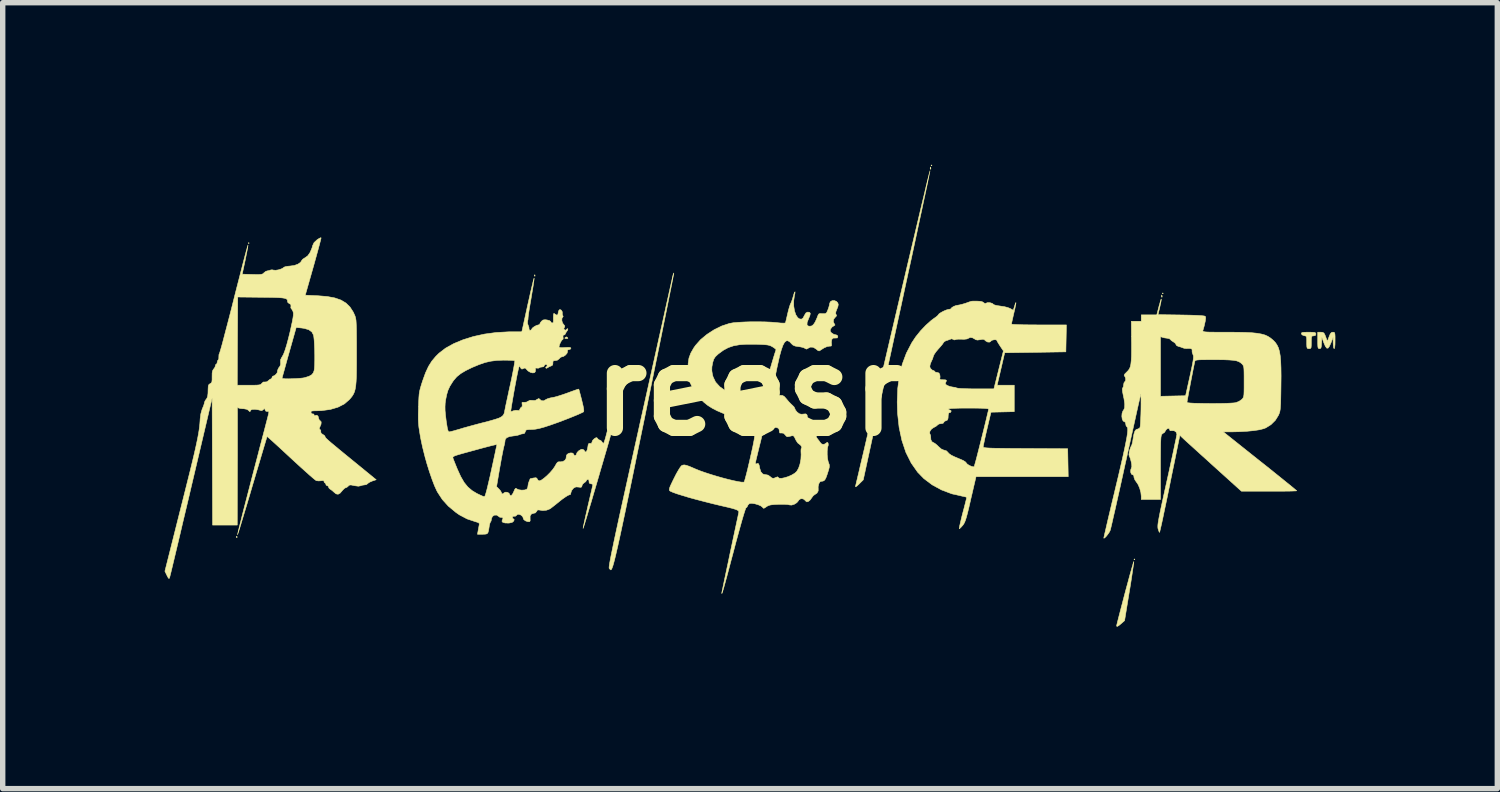
<source format=kicad_pcb>
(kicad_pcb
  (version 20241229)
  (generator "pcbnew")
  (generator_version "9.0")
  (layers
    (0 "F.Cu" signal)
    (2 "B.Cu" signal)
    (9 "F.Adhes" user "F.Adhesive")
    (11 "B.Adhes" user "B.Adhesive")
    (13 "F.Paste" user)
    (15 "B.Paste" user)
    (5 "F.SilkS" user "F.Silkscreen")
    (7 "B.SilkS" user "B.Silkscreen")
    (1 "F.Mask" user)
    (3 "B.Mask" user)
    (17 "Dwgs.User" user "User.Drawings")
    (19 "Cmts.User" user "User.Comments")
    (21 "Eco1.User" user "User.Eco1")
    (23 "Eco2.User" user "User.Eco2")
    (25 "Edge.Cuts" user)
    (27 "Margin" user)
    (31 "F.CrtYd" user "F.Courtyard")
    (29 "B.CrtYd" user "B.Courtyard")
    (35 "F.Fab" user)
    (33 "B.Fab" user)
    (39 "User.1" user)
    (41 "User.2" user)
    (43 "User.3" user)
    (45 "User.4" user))
  (footprint "reesr"
    (layer "F.Cu")
    (at 10.845 4.188)
    (property "Reference" "reesr" (at 0 0 0) (layer "F.SilkS") (effects (font (size 1.524 1.524) (thickness 0.3))))
    (attr through_hole)
    (fp_poly (pts (xy -9.279 -2.735) (xy -9.288 -2.726) (xy -9.296 -2.735) (xy -9.288 -2.743) (xy -9.279 -2.735)) (stroke (width 0.01) (type solid)) (fill yes) (layer "F.SilkS"))
    (fp_poly (pts (xy 3.37 -4.174) (xy 3.361 -4.166) (xy 3.353 -4.174) (xy 3.361 -4.183) (xy 3.37 -4.174)) (stroke (width 0.01) (type solid)) (fill yes) (layer "F.SilkS"))
    (fp_poly (pts (xy 7.129 3.124) (xy 7.12 3.133) (xy 7.112 3.124) (xy 7.12 3.116) (xy 7.129 3.124)) (stroke (width 0.01) (type solid)) (fill yes) (layer "F.SilkS"))
    (fp_poly (pts (xy 7.654 -1.803) (xy 7.645 -1.795) (xy 7.637 -1.803) (xy 7.645 -1.812) (xy 7.654 -1.803)) (stroke (width 0.01) (type solid)) (fill yes) (layer "F.SilkS"))
    (fp_poly (pts (xy -9.505 2.698) (xy -9.503 2.718) (xy -9.505 2.721) (xy -9.515 2.718) (xy -9.517 2.709) (xy -9.51 2.695) (xy -9.505 2.698)) (stroke (width 0.01) (type solid)) (fill yes) (layer "F.SilkS"))
    (fp_poly (pts (xy -3.985 -2.145) (xy -3.983 -2.125) (xy -3.985 -2.122) (xy -3.995 -2.125) (xy -3.996 -2.134) (xy -3.99 -2.148) (xy -3.985 -2.145)) (stroke (width 0.01) (type solid)) (fill yes) (layer "F.SilkS"))
    (fp_poly (pts (xy 3.347 -4.135) (xy 3.349 -4.108) (xy 3.346 -4.102) (xy 3.338 -4.108) (xy 3.337 -4.125) (xy 3.341 -4.143) (xy 3.347 -4.135)) (stroke (width 0.01) (type solid)) (fill yes) (layer "F.SilkS"))
    (fp_poly (pts (xy 7.632 -1.764) (xy 7.634 -1.738) (xy 7.63 -1.732) (xy 7.623 -1.737) (xy 7.621 -1.754) (xy 7.625 -1.772) (xy 7.632 -1.764)) (stroke (width 0.01) (type solid)) (fill yes) (layer "F.SilkS"))
    (fp_poly (pts (xy -3.383 -0.986) (xy -3.375 -0.97) (xy -3.395 -0.965) (xy -3.404 -0.965) (xy -3.431 -0.969) (xy -3.428 -0.981) (xy -3.424 -0.986) (xy -3.401 -0.997) (xy -3.383 -0.986)) (stroke (width 0.01) (type solid)) (fill yes) (layer "F.SilkS"))
    (fp_poly (pts (xy 7.107 3.185) (xy 7.101 3.235) (xy 7.09 3.31) (xy 7.076 3.405) (xy 7.059 3.518) (xy 7.039 3.644) (xy 7.026 3.72) (xy 6.938 4.259) (xy 6.877 4.313) (xy 6.828 4.353) (xy 6.799 4.368) (xy 6.79 4.358) (xy 6.79 4.358) (xy 6.794 4.336) (xy 6.806 4.287) (xy 6.824 4.216) (xy 6.847 4.126) (xy 6.874 4.022) (xy 6.904 3.908) (xy 6.935 3.789) (xy 6.967 3.669) (xy 6.999 3.552) (xy 7.028 3.443) (xy 7.055 3.346) (xy 7.078 3.266) (xy 7.095 3.206) (xy 7.105 3.171) (xy 7.109 3.165) (xy 7.107 3.185)) (stroke (width 0.01) (type solid)) (fill yes) (layer "F.SilkS"))
    (fp_poly (pts (xy 10.413 -1.083) (xy 10.454 -1.08) (xy 10.474 -1.072) (xy 10.481 -1.059) (xy 10.482 -1.05) (xy 10.472 -1.023) (xy 10.439 -1.016) (xy 10.417 -1.014) (xy 10.405 -1.004) (xy 10.399 -0.978) (xy 10.397 -0.929) (xy 10.397 -0.897) (xy 10.396 -0.836) (xy 10.393 -0.8) (xy 10.384 -0.784) (xy 10.366 -0.779) (xy 10.355 -0.779) (xy 10.333 -0.781) (xy 10.32 -0.791) (xy 10.314 -0.817) (xy 10.312 -0.867) (xy 10.312 -0.896) (xy 10.312 -0.958) (xy 10.308 -0.994) (xy 10.298 -1.011) (xy 10.279 -1.017) (xy 10.266 -1.019) (xy 10.227 -1.034) (xy 10.214 -1.054) (xy 10.215 -1.069) (xy 10.228 -1.078) (xy 10.261 -1.082) (xy 10.319 -1.084) (xy 10.345 -1.084) (xy 10.413 -1.083)) (stroke (width 0.01) (type solid)) (fill yes) (layer "F.SilkS"))
    (fp_poly (pts (xy 10.608 -1.081) (xy 10.631 -1.068) (xy 10.649 -1.036) (xy 10.663 -0.999) (xy 10.695 -0.914) (xy 10.726 -0.999) (xy 10.747 -1.05) (xy 10.767 -1.076) (xy 10.792 -1.084) (xy 10.797 -1.084) (xy 10.816 -1.082) (xy 10.828 -1.074) (xy 10.834 -1.051) (xy 10.837 -1.009) (xy 10.837 -0.94) (xy 10.837 -0.931) (xy 10.836 -0.858) (xy 10.831 -0.806) (xy 10.823 -0.781) (xy 10.82 -0.779) (xy 10.811 -0.794) (xy 10.805 -0.835) (xy 10.802 -0.885) (xy 10.801 -0.991) (xy 10.762 -0.889) (xy 10.732 -0.822) (xy 10.707 -0.789) (xy 10.683 -0.789) (xy 10.658 -0.822) (xy 10.631 -0.884) (xy 10.592 -0.991) (xy 10.587 -0.885) (xy 10.583 -0.826) (xy 10.576 -0.794) (xy 10.563 -0.781) (xy 10.549 -0.779) (xy 10.533 -0.782) (xy 10.523 -0.794) (xy 10.518 -0.823) (xy 10.516 -0.874) (xy 10.516 -0.931) (xy 10.516 -1.084) (xy 10.574 -1.084) (xy 10.608 -1.081)) (stroke (width 0.01) (type solid)) (fill yes) (layer "F.SilkS"))
    (fp_poly (pts (xy 3.33 -4.056) (xy 3.32 -4.008) (xy 3.304 -3.93) (xy 3.282 -3.823) (xy 3.254 -3.691) (xy 3.22 -3.534) (xy 3.182 -3.354) (xy 3.138 -3.153) (xy 3.091 -2.932) (xy 3.04 -2.693) (xy 2.985 -2.438) (xy 2.926 -2.169) (xy 2.865 -1.887) (xy 2.802 -1.593) (xy 2.736 -1.291) (xy 2.718 -1.208) (xy 2.097 1.651) (xy 2.021 1.727) (xy 1.978 1.767) (xy 1.956 1.78) (xy 1.953 1.77) (xy 1.958 1.75) (xy 1.97 1.699) (xy 1.989 1.618) (xy 2.015 1.509) (xy 2.046 1.374) (xy 2.084 1.215) (xy 2.127 1.033) (xy 2.174 0.829) (xy 2.227 0.607) (xy 2.283 0.366) (xy 2.343 0.109) (xy 2.407 -0.162) (xy 2.474 -0.446) (xy 2.543 -0.741) (xy 2.614 -1.045) (xy 2.644 -1.172) (xy 2.716 -1.479) (xy 2.786 -1.777) (xy 2.854 -2.064) (xy 2.918 -2.338) (xy 2.98 -2.599) (xy 3.038 -2.844) (xy 3.092 -3.072) (xy 3.141 -3.28) (xy 3.186 -3.469) (xy 3.226 -3.634) (xy 3.259 -3.776) (xy 3.287 -3.892) (xy 3.309 -3.981) (xy 3.324 -4.041) (xy 3.332 -4.07) (xy 3.333 -4.073) (xy 3.33 -4.056)) (stroke (width 0.01) (type solid)) (fill yes) (layer "F.SilkS"))
    (fp_poly (pts (xy -1.415 -2.163) (xy -1.424 -2.115) (xy -1.439 -2.037) (xy -1.46 -1.931) (xy -1.487 -1.798) (xy -1.518 -1.642) (xy -1.554 -1.463) (xy -1.595 -1.262) (xy -1.639 -1.043) (xy -1.687 -0.807) (xy -1.739 -0.554) (xy -1.793 -0.288) (xy -1.85 -0.01) (xy -1.909 0.279) (xy -1.954 0.502) (xy -2.029 0.865) (xy -2.097 1.195) (xy -2.158 1.495) (xy -2.214 1.766) (xy -2.265 2.009) (xy -2.31 2.226) (xy -2.351 2.419) (xy -2.387 2.588) (xy -2.419 2.736) (xy -2.447 2.863) (xy -2.472 2.971) (xy -2.493 3.061) (xy -2.511 3.135) (xy -2.527 3.194) (xy -2.54 3.24) (xy -2.552 3.274) (xy -2.561 3.297) (xy -2.57 3.312) (xy -2.577 3.318) (xy -2.581 3.319) (xy -2.595 3.308) (xy -2.609 3.292) (xy -2.611 3.285) (xy -2.611 3.268) (xy -2.608 3.242) (xy -2.603 3.205) (xy -2.594 3.155) (xy -2.582 3.09) (xy -2.566 3.01) (xy -2.546 2.913) (xy -2.522 2.797) (xy -2.493 2.661) (xy -2.459 2.504) (xy -2.42 2.324) (xy -2.375 2.12) (xy -2.324 1.89) (xy -2.267 1.633) (xy -2.204 1.348) (xy -2.134 1.032) (xy -2.057 0.686) (xy -2.043 0.621) (xy -1.977 0.326) (xy -1.913 0.04) (xy -1.852 -0.236) (xy -1.793 -0.5) (xy -1.737 -0.751) (xy -1.685 -0.986) (xy -1.636 -1.204) (xy -1.592 -1.403) (xy -1.553 -1.581) (xy -1.518 -1.736) (xy -1.489 -1.867) (xy -1.466 -1.971) (xy -1.449 -2.047) (xy -1.439 -2.092) (xy -1.437 -2.105) (xy -1.425 -2.151) (xy -1.416 -2.177) (xy -1.413 -2.18) (xy -1.415 -2.163)) (stroke (width 0.01) (type solid)) (fill yes) (layer "F.SilkS"))
    (fp_poly (pts (xy 4.211 -1.659) (xy 4.264 -1.656) (xy 4.298 -1.649) (xy 4.319 -1.638) (xy 4.327 -1.631) (xy 4.354 -1.614) (xy 4.372 -1.622) (xy 4.402 -1.632) (xy 4.446 -1.63) (xy 4.487 -1.617) (xy 4.508 -1.6) (xy 4.53 -1.588) (xy 4.576 -1.577) (xy 4.637 -1.568) (xy 4.641 -1.567) (xy 4.711 -1.557) (xy 4.776 -1.54) (xy 4.819 -1.523) (xy 4.876 -1.491) (xy 4.901 -1.571) (xy 4.916 -1.618) (xy 4.924 -1.634) (xy 4.925 -1.621) (xy 4.918 -1.581) (xy 4.905 -1.516) (xy 4.885 -1.429) (xy 4.868 -1.355) (xy 4.854 -1.293) (xy 4.845 -1.25) (xy 4.843 -1.235) (xy 4.859 -1.23) (xy 4.906 -1.227) (xy 4.98 -1.224) (xy 5.077 -1.221) (xy 5.195 -1.22) (xy 5.329 -1.219) (xy 5.351 -1.219) (xy 5.86 -1.219) (xy 5.855 -0.969) (xy 5.85 -0.72) (xy 5.284 -0.711) (xy 4.717 -0.703) (xy 4.647 -0.402) (xy 4.577 -0.102) (xy 4.736 -0.102) (xy 4.894 -0.102) (xy 4.894 0.388) (xy 4.678 0.393) (xy 4.463 0.398) (xy 4.391 0.703) (xy 4.368 0.801) (xy 4.348 0.89) (xy 4.333 0.963) (xy 4.322 1.014) (xy 4.319 1.037) (xy 4.32 1.044) (xy 4.327 1.05) (xy 4.343 1.054) (xy 4.369 1.058) (xy 4.41 1.061) (xy 4.467 1.064) (xy 4.544 1.066) (xy 4.644 1.067) (xy 4.769 1.069) (xy 4.922 1.07) (xy 5.101 1.071) (xy 5.884 1.075) (xy 5.889 1.333) (xy 5.894 1.592) (xy 4.186 1.592) (xy 4.177 1.63) (xy 4.171 1.657) (xy 4.158 1.712) (xy 4.14 1.789) (xy 4.118 1.884) (xy 4.093 1.99) (xy 4.08 2.048) (xy 4.051 2.174) (xy 4.027 2.271) (xy 4.007 2.345) (xy 3.99 2.399) (xy 3.974 2.439) (xy 3.958 2.469) (xy 3.941 2.493) (xy 3.908 2.53) (xy 3.884 2.553) (xy 3.876 2.557) (xy 3.876 2.541) (xy 3.884 2.499) (xy 3.899 2.434) (xy 3.918 2.352) (xy 3.938 2.273) (xy 3.963 2.18) (xy 3.984 2.098) (xy 4 2.034) (xy 4.01 1.992) (xy 4.013 1.978) (xy 3.998 1.969) (xy 3.96 1.959) (xy 3.941 1.956) (xy 3.738 1.91) (xy 3.547 1.838) (xy 3.373 1.743) (xy 3.22 1.628) (xy 3.105 1.51) (xy 2.985 1.339) (xy 2.887 1.143) (xy 2.813 0.922) (xy 2.784 0.786) (xy 3.325 0.786) (xy 3.334 0.805) (xy 3.343 0.828) (xy 3.345 0.843) (xy 3.348 0.885) (xy 3.35 0.909) (xy 3.368 0.944) (xy 3.391 0.958) (xy 3.424 0.976) (xy 3.467 1.011) (xy 3.491 1.035) (xy 3.544 1.081) (xy 3.589 1.1) (xy 3.595 1.101) (xy 3.639 1.115) (xy 3.662 1.139) (xy 3.688 1.167) (xy 3.728 1.195) (xy 3.79 1.225) (xy 3.877 1.262) (xy 3.898 1.27) (xy 3.953 1.295) (xy 3.992 1.321) (xy 4.005 1.337) (xy 4.024 1.36) (xy 4.06 1.383) (xy 4.102 1.402) (xy 4.137 1.41) (xy 4.151 1.407) (xy 4.157 1.389) (xy 4.17 1.342) (xy 4.19 1.27) (xy 4.214 1.177) (xy 4.242 1.067) (xy 4.273 0.944) (xy 4.29 0.876) (xy 4.322 0.749) (xy 4.351 0.631) (xy 4.376 0.528) (xy 4.396 0.443) (xy 4.411 0.381) (xy 4.419 0.345) (xy 4.42 0.339) (xy 4.403 0.333) (xy 4.354 0.328) (xy 4.273 0.324) (xy 4.163 0.322) (xy 4.047 0.322) (xy 3.915 0.322) (xy 3.81 0.325) (xy 3.734 0.328) (xy 3.688 0.333) (xy 3.675 0.339) (xy 3.688 0.354) (xy 3.7 0.356) (xy 3.722 0.369) (xy 3.725 0.381) (xy 3.712 0.403) (xy 3.7 0.406) (xy 3.684 0.41) (xy 3.675 0.426) (xy 3.67 0.463) (xy 3.668 0.508) (xy 3.656 0.543) (xy 3.628 0.556) (xy 3.598 0.569) (xy 3.59 0.585) (xy 3.575 0.604) (xy 3.54 0.61) (xy 3.5 0.616) (xy 3.476 0.632) (xy 3.453 0.653) (xy 3.412 0.677) (xy 3.401 0.682) (xy 3.36 0.711) (xy 3.333 0.749) (xy 3.325 0.786) (xy 2.784 0.786) (xy 2.761 0.679) (xy 2.732 0.413) (xy 2.726 0.209) (xy 2.736 -0.046) (xy 2.767 -0.278) (xy 2.81 -0.451) (xy 3.329 -0.451) (xy 3.337 -0.421) (xy 3.349 -0.406) (xy 3.378 -0.38) (xy 3.399 -0.373) (xy 3.419 -0.362) (xy 3.421 -0.356) (xy 3.435 -0.343) (xy 3.463 -0.339) (xy 3.499 -0.328) (xy 3.515 -0.296) (xy 3.52 -0.254) (xy 3.516 -0.229) (xy 3.517 -0.212) (xy 3.54 -0.204) (xy 3.573 -0.203) (xy 3.62 -0.201) (xy 3.638 -0.193) (xy 3.633 -0.171) (xy 3.624 -0.153) (xy 3.617 -0.128) (xy 3.634 -0.109) (xy 3.66 -0.094) (xy 3.71 -0.076) (xy 3.757 -0.067) (xy 3.758 -0.067) (xy 3.801 -0.061) (xy 3.827 -0.051) (xy 3.851 -0.046) (xy 3.904 -0.041) (xy 3.98 -0.038) (xy 4.073 -0.035) (xy 4.179 -0.034) (xy 4.185 -0.034) (xy 4.517 -0.034) (xy 4.605 -0.386) (xy 4.693 -0.738) (xy 4.632 -0.828) (xy 4.601 -0.877) (xy 4.579 -0.914) (xy 4.572 -0.932) (xy 4.558 -0.943) (xy 4.527 -0.945) (xy 4.492 -0.938) (xy 4.467 -0.925) (xy 4.463 -0.92) (xy 4.441 -0.901) (xy 4.404 -0.901) (xy 4.368 -0.92) (xy 4.358 -0.929) (xy 4.335 -0.949) (xy 4.304 -0.953) (xy 4.263 -0.945) (xy 4.211 -0.938) (xy 4.177 -0.947) (xy 4.168 -0.954) (xy 4.122 -0.98) (xy 4.078 -0.987) (xy 4.046 -0.972) (xy 4.019 -0.959) (xy 3.967 -0.953) (xy 3.918 -0.954) (xy 3.86 -0.955) (xy 3.817 -0.951) (xy 3.799 -0.944) (xy 3.781 -0.941) (xy 3.766 -0.95) (xy 3.735 -0.962) (xy 3.704 -0.952) (xy 3.66 -0.935) (xy 3.633 -0.928) (xy 3.598 -0.909) (xy 3.582 -0.889) (xy 3.562 -0.859) (xy 3.526 -0.816) (xy 3.485 -0.77) (xy 3.442 -0.719) (xy 3.409 -0.67) (xy 3.394 -0.635) (xy 3.382 -0.593) (xy 3.37 -0.567) (xy 3.357 -0.54) (xy 3.34 -0.498) (xy 3.339 -0.495) (xy 3.329 -0.451) (xy 2.81 -0.451) (xy 2.82 -0.493) (xy 2.896 -0.696) (xy 2.995 -0.887) (xy 3.068 -0.997) (xy 3.158 -1.109) (xy 3.256 -1.212) (xy 3.353 -1.299) (xy 3.394 -1.33) (xy 3.442 -1.364) (xy 3.476 -1.392) (xy 3.488 -1.407) (xy 3.502 -1.425) (xy 3.538 -1.449) (xy 3.585 -1.474) (xy 3.634 -1.495) (xy 3.673 -1.506) (xy 3.682 -1.507) (xy 3.714 -1.513) (xy 3.725 -1.524) (xy 3.74 -1.542) (xy 3.774 -1.562) (xy 3.816 -1.578) (xy 3.844 -1.583) (xy 3.883 -1.59) (xy 3.939 -1.604) (xy 3.998 -1.622) (xy 4.045 -1.639) (xy 4.056 -1.643) (xy 4.1 -1.657) (xy 4.132 -1.66) (xy 4.211 -1.659)) (stroke (width 0.01) (type solid)) (fill yes) (layer "F.SilkS"))
    (fp_poly (pts (xy 7.618 -1.693) (xy 7.615 -1.665) (xy 7.605 -1.615) (xy 7.591 -1.551) (xy 7.588 -1.538) (xy 7.557 -1.409) (xy 7.986 -1.403) (xy 8.142 -1.4) (xy 8.265 -1.396) (xy 8.355 -1.391) (xy 8.411 -1.385) (xy 8.433 -1.378) (xy 8.44 -1.349) (xy 8.433 -1.29) (xy 8.413 -1.2) (xy 8.388 -1.113) (xy 8.388 -1.105) (xy 8.394 -1.098) (xy 8.41 -1.093) (xy 8.44 -1.089) (xy 8.488 -1.086) (xy 8.557 -1.085) (xy 8.65 -1.084) (xy 8.772 -1.084) (xy 8.854 -1.084) (xy 9.03 -1.083) (xy 9.176 -1.08) (xy 9.296 -1.074) (xy 9.393 -1.064) (xy 9.473 -1.05) (xy 9.538 -1.032) (xy 9.593 -1.007) (xy 9.641 -0.976) (xy 9.687 -0.938) (xy 9.692 -0.934) (xy 9.731 -0.893) (xy 9.762 -0.847) (xy 9.788 -0.794) (xy 9.807 -0.728) (xy 9.821 -0.647) (xy 9.83 -0.546) (xy 9.835 -0.423) (xy 9.837 -0.274) (xy 9.835 -0.094) (xy 9.835 -0.091) (xy 9.833 0.046) (xy 9.831 0.153) (xy 9.829 0.236) (xy 9.825 0.298) (xy 9.821 0.345) (xy 9.815 0.381) (xy 9.807 0.41) (xy 9.796 0.438) (xy 9.789 0.454) (xy 9.731 0.548) (xy 9.649 0.629) (xy 9.554 0.688) (xy 9.515 0.703) (xy 9.437 0.723) (xy 9.332 0.739) (xy 9.207 0.751) (xy 9.069 0.759) (xy 8.943 0.762) (xy 8.766 0.762) (xy 9.446 1.304) (xy 9.578 1.408) (xy 9.701 1.507) (xy 9.813 1.597) (xy 9.912 1.677) (xy 9.995 1.744) (xy 10.06 1.797) (xy 10.104 1.834) (xy 10.125 1.852) (xy 10.126 1.854) (xy 10.11 1.856) (xy 10.064 1.858) (xy 9.992 1.86) (xy 9.899 1.861) (xy 9.789 1.862) (xy 9.665 1.862) (xy 9.614 1.862) (xy 9.102 1.861) (xy 8.568 1.379) (xy 8.454 1.275) (xy 8.346 1.178) (xy 8.247 1.088) (xy 8.161 1.01) (xy 8.09 0.946) (xy 8.038 0.898) (xy 8.006 0.868) (xy 7.999 0.862) (xy 7.962 0.826) (xy 7.947 0.9) (xy 7.94 0.931) (xy 7.928 0.991) (xy 7.91 1.078) (xy 7.888 1.188) (xy 7.862 1.316) (xy 7.832 1.46) (xy 7.8 1.616) (xy 7.767 1.78) (xy 7.763 1.799) (xy 7.73 1.961) (xy 7.698 2.113) (xy 7.669 2.25) (xy 7.644 2.371) (xy 7.622 2.472) (xy 7.604 2.55) (xy 7.592 2.602) (xy 7.586 2.624) (xy 7.585 2.625) (xy 7.576 2.61) (xy 7.563 2.573) (xy 7.558 2.558) (xy 7.555 2.54) (xy 7.554 2.517) (xy 7.555 2.486) (xy 7.56 2.445) (xy 7.569 2.391) (xy 7.582 2.32) (xy 7.6 2.23) (xy 7.624 2.118) (xy 7.654 1.981) (xy 7.69 1.816) (xy 7.724 1.664) (xy 7.76 1.501) (xy 7.793 1.347) (xy 7.824 1.206) (xy 7.851 1.081) (xy 7.873 0.975) (xy 7.891 0.892) (xy 7.902 0.834) (xy 7.907 0.806) (xy 7.907 0.804) (xy 7.893 0.767) (xy 7.858 0.742) (xy 7.812 0.739) (xy 7.808 0.74) (xy 7.78 0.74) (xy 7.772 0.72) (xy 7.762 0.699) (xy 7.739 0.699) (xy 7.712 0.717) (xy 7.696 0.741) (xy 7.679 0.77) (xy 7.668 0.779) (xy 7.648 0.79) (xy 7.63 0.806) (xy 7.623 0.816) (xy 7.617 0.835) (xy 7.612 0.864) (xy 7.609 0.908) (xy 7.606 0.97) (xy 7.605 1.053) (xy 7.604 1.161) (xy 7.603 1.296) (xy 7.603 1.424) (xy 7.603 2.015) (xy 7.247 2.015) (xy 7.247 1.952) (xy 7.239 1.882) (xy 7.218 1.807) (xy 7.189 1.739) (xy 7.164 1.702) (xy 7.129 1.651) (xy 7.111 1.601) (xy 7.11 1.579) (xy 7.1 1.561) (xy 7.088 1.558) (xy 7.064 1.544) (xy 7.051 1.509) (xy 7.052 1.466) (xy 7.061 1.44) (xy 7.072 1.406) (xy 7.069 1.359) (xy 7.06 1.315) (xy 7.046 1.262) (xy 7.031 1.221) (xy 7.024 1.208) (xy 7.019 1.181) (xy 7.025 1.135) (xy 7.038 1.083) (xy 7.055 1.038) (xy 7.065 1.021) (xy 7.075 0.995) (xy 7.087 0.946) (xy 7.096 0.889) (xy 7.111 0.804) (xy 7.129 0.749) (xy 7.151 0.72) (xy 7.179 0.711) (xy 7.211 0.697) (xy 7.223 0.682) (xy 7.228 0.656) (xy 7.232 0.602) (xy 7.236 0.526) (xy 7.24 0.435) (xy 7.242 0.347) (xy 7.243 0.251) (xy 7.243 0.217) (xy 8.094 0.217) (xy 8.11 0.223) (xy 8.155 0.228) (xy 8.223 0.232) (xy 8.308 0.234) (xy 8.407 0.236) (xy 8.512 0.237) (xy 8.62 0.237) (xy 8.724 0.236) (xy 8.819 0.234) (xy 8.901 0.23) (xy 8.963 0.226) (xy 8.998 0.221) (xy 9.055 0.199) (xy 9.104 0.166) (xy 9.109 0.162) (xy 9.125 0.145) (xy 9.136 0.128) (xy 9.144 0.105) (xy 9.149 0.07) (xy 9.151 0.019) (xy 9.152 -0.055) (xy 9.152 -0.156) (xy 9.152 -0.169) (xy 9.152 -0.274) (xy 9.151 -0.35) (xy 9.149 -0.404) (xy 9.145 -0.44) (xy 9.137 -0.464) (xy 9.126 -0.482) (xy 9.111 -0.498) (xy 9.109 -0.5) (xy 9.081 -0.523) (xy 9.048 -0.541) (xy 9.006 -0.555) (xy 8.949 -0.564) (xy 8.872 -0.57) (xy 8.773 -0.574) (xy 8.646 -0.575) (xy 8.591 -0.575) (xy 8.474 -0.575) (xy 8.387 -0.574) (xy 8.325 -0.573) (xy 8.284 -0.569) (xy 8.259 -0.564) (xy 8.246 -0.557) (xy 8.24 -0.547) (xy 8.24 -0.546) (xy 8.234 -0.519) (xy 8.223 -0.466) (xy 8.208 -0.393) (xy 8.191 -0.305) (xy 8.172 -0.208) (xy 8.153 -0.109) (xy 8.135 -0.013) (xy 8.119 0.073) (xy 8.106 0.144) (xy 8.097 0.194) (xy 8.094 0.217) (xy 8.094 0.217) (xy 7.243 0.217) (xy 7.243 0.17) (xy 7.242 0.107) (xy 7.242 0.103) (xy 7.603 0.103) (xy 7.836 0.098) (xy 8.068 0.093) (xy 8.148 -0.267) (xy 8.174 -0.387) (xy 8.193 -0.478) (xy 8.205 -0.545) (xy 8.212 -0.594) (xy 8.214 -0.627) (xy 8.212 -0.651) (xy 8.205 -0.669) (xy 8.203 -0.674) (xy 8.189 -0.716) (xy 8.189 -0.749) (xy 8.185 -0.772) (xy 8.153 -0.783) (xy 8.092 -0.782) (xy 8.086 -0.781) (xy 8.042 -0.786) (xy 8.018 -0.794) (xy 7.975 -0.81) (xy 7.938 -0.82) (xy 7.904 -0.835) (xy 7.891 -0.855) (xy 7.877 -0.879) (xy 7.844 -0.904) (xy 7.842 -0.905) (xy 7.806 -0.928) (xy 7.786 -0.949) (xy 7.786 -0.949) (xy 7.767 -0.964) (xy 7.73 -0.972) (xy 7.678 -0.979) (xy 7.641 -0.989) (xy 7.603 -1.001) (xy 7.603 0.103) (xy 7.242 0.103) (xy 7.241 0.069) (xy 7.239 0.059) (xy 7.234 0.078) (xy 7.223 0.128) (xy 7.205 0.205) (xy 7.182 0.307) (xy 7.154 0.432) (xy 7.122 0.578) (xy 7.086 0.74) (xy 7.046 0.918) (xy 7.005 1.107) (xy 6.961 1.306) (xy 6.959 1.312) (xy 6.915 1.513) (xy 6.873 1.704) (xy 6.833 1.884) (xy 6.796 2.049) (xy 6.763 2.197) (xy 6.733 2.326) (xy 6.709 2.433) (xy 6.69 2.514) (xy 6.677 2.568) (xy 6.67 2.591) (xy 6.67 2.591) (xy 6.652 2.625) (xy 6.625 2.664) (xy 6.596 2.7) (xy 6.57 2.725) (xy 6.555 2.733) (xy 6.553 2.728) (xy 6.557 2.708) (xy 6.568 2.658) (xy 6.586 2.581) (xy 6.609 2.481) (xy 6.637 2.36) (xy 6.67 2.222) (xy 6.706 2.069) (xy 6.746 1.905) (xy 6.767 1.815) (xy 6.822 1.586) (xy 6.868 1.388) (xy 6.907 1.218) (xy 6.938 1.076) (xy 6.962 0.958) (xy 6.98 0.864) (xy 6.991 0.791) (xy 6.996 0.736) (xy 6.995 0.699) (xy 6.99 0.678) (xy 6.981 0.67) (xy 6.965 0.648) (xy 6.96 0.619) (xy 6.952 0.586) (xy 6.937 0.576) (xy 6.911 0.561) (xy 6.894 0.524) (xy 6.887 0.474) (xy 6.891 0.421) (xy 6.907 0.376) (xy 6.92 0.359) (xy 6.938 0.318) (xy 6.941 0.247) (xy 6.927 0.148) (xy 6.914 0.088) (xy 6.9 0.017) (xy 6.896 -0.03) (xy 6.901 -0.048) (xy 6.914 -0.071) (xy 6.92 -0.11) (xy 6.927 -0.147) (xy 6.941 -0.166) (xy 6.956 -0.186) (xy 6.958 -0.222) (xy 6.947 -0.258) (xy 6.938 -0.269) (xy 6.93 -0.286) (xy 6.942 -0.31) (xy 6.978 -0.346) (xy 7.005 -0.374) (xy 7.027 -0.404) (xy 7.043 -0.442) (xy 7.054 -0.491) (xy 7.061 -0.555) (xy 7.066 -0.639) (xy 7.067 -0.748) (xy 7.067 -0.885) (xy 7.066 -0.919) (xy 7.063 -1.287) (xy 7.247 -1.287) (xy 7.247 -1.405) (xy 7.534 -1.405) (xy 7.551 -1.469) (xy 7.576 -1.566) (xy 7.595 -1.633) (xy 7.607 -1.675) (xy 7.614 -1.696) (xy 7.617 -1.698) (xy 7.618 -1.693)) (stroke (width 0.01) (type solid)) (fill yes) (layer "F.SilkS"))
    (fp_poly (pts (xy -7.947 -2.833) (xy -7.95 -2.814) (xy -7.962 -2.766) (xy -7.981 -2.694) (xy -8.006 -2.601) (xy -8.036 -2.492) (xy -8.07 -2.369) (xy -8.091 -2.294) (xy -8.24 -1.77) (xy -8.002 -1.759) (xy -7.833 -1.745) (xy -7.693 -1.719) (xy -7.578 -1.679) (xy -7.485 -1.623) (xy -7.411 -1.55) (xy -7.351 -1.457) (xy -7.32 -1.389) (xy -7.312 -1.365) (xy -7.306 -1.339) (xy -7.3 -1.304) (xy -7.297 -1.258) (xy -7.294 -1.198) (xy -7.292 -1.119) (xy -7.291 -1.017) (xy -7.29 -0.89) (xy -7.29 -0.733) (xy -7.29 -0.703) (xy -7.29 -0.528) (xy -7.291 -0.383) (xy -7.293 -0.264) (xy -7.298 -0.168) (xy -7.305 -0.092) (xy -7.315 -0.031) (xy -7.328 0.019) (xy -7.346 0.06) (xy -7.368 0.097) (xy -7.396 0.133) (xy -7.423 0.164) (xy -7.515 0.244) (xy -7.634 0.305) (xy -7.776 0.347) (xy -7.94 0.369) (xy -8.029 0.372) (xy -8.089 0.373) (xy -8.122 0.377) (xy -8.134 0.387) (xy -8.134 0.404) (xy -8.133 0.405) (xy -8.116 0.429) (xy -8.101 0.429) (xy -8.081 0.433) (xy -8.077 0.449) (xy -8.072 0.468) (xy -8.055 0.46) (xy -8.027 0.453) (xy -8.003 0.472) (xy -7.993 0.51) (xy -7.993 0.512) (xy -7.98 0.543) (xy -7.967 0.553) (xy -7.945 0.577) (xy -7.948 0.621) (xy -7.966 0.663) (xy -7.98 0.697) (xy -7.975 0.713) (xy -7.967 0.717) (xy -7.952 0.738) (xy -7.953 0.758) (xy -7.947 0.788) (xy -7.917 0.809) (xy -7.886 0.829) (xy -7.874 0.846) (xy -7.873 0.854) (xy -7.868 0.864) (xy -7.856 0.879) (xy -7.835 0.899) (xy -7.804 0.927) (xy -7.758 0.967) (xy -7.696 1.018) (xy -7.616 1.085) (xy -7.515 1.168) (xy -7.39 1.27) (xy -7.37 1.286) (xy -6.926 1.649) (xy -6.998 1.673) (xy -7.045 1.693) (xy -7.077 1.714) (xy -7.083 1.721) (xy -7.109 1.739) (xy -7.139 1.744) (xy -7.186 1.751) (xy -7.214 1.761) (xy -7.256 1.769) (xy -7.324 1.76) (xy -7.333 1.758) (xy -7.386 1.747) (xy -7.416 1.747) (xy -7.434 1.757) (xy -7.442 1.766) (xy -7.47 1.79) (xy -7.487 1.795) (xy -7.513 1.808) (xy -7.544 1.839) (xy -7.549 1.845) (xy -7.594 1.897) (xy -7.632 1.918) (xy -7.669 1.911) (xy -7.704 1.883) (xy -7.742 1.849) (xy -7.774 1.826) (xy -7.78 1.823) (xy -7.803 1.801) (xy -7.806 1.787) (xy -7.82 1.764) (xy -7.832 1.761) (xy -7.854 1.748) (xy -7.857 1.736) (xy -7.866 1.713) (xy -7.874 1.71) (xy -7.889 1.696) (xy -7.891 1.684) (xy -7.899 1.667) (xy -7.927 1.665) (xy -7.946 1.668) (xy -7.996 1.671) (xy -8.038 1.665) (xy -8.058 1.65) (xy -8.101 1.615) (xy -8.161 1.563) (xy -8.237 1.495) (xy -8.326 1.415) (xy -8.423 1.326) (xy -8.509 1.247) (xy -8.61 1.153) (xy -8.703 1.067) (xy -8.785 0.992) (xy -8.853 0.93) (xy -8.905 0.884) (xy -8.937 0.856) (xy -8.947 0.849) (xy -8.953 0.866) (xy -8.967 0.912) (xy -8.989 0.985) (xy -9.018 1.082) (xy -9.053 1.2) (xy -9.093 1.335) (xy -9.138 1.485) (xy -9.186 1.648) (xy -9.221 1.765) (xy -9.27 1.933) (xy -9.317 2.091) (xy -9.361 2.236) (xy -9.4 2.365) (xy -9.433 2.475) (xy -9.46 2.563) (xy -9.48 2.626) (xy -9.492 2.661) (xy -9.495 2.668) (xy -9.492 2.651) (xy -9.481 2.604) (xy -9.463 2.53) (xy -9.438 2.431) (xy -9.408 2.31) (xy -9.372 2.169) (xy -9.331 2.012) (xy -9.287 1.842) (xy -9.24 1.66) (xy -9.215 1.564) (xy -9.166 1.376) (xy -9.119 1.197) (xy -9.076 1.03) (xy -9.036 0.877) (xy -9 0.741) (xy -8.97 0.625) (xy -8.946 0.533) (xy -8.929 0.466) (xy -8.919 0.428) (xy -8.918 0.421) (xy -8.914 0.389) (xy -8.926 0.382) (xy -8.939 0.384) (xy -8.969 0.38) (xy -8.983 0.356) (xy -8.994 0.331) (xy -9.006 0.336) (xy -9.016 0.349) (xy -9.045 0.369) (xy -9.07 0.364) (xy -9.107 0.354) (xy -9.159 0.346) (xy -9.172 0.345) (xy -9.222 0.346) (xy -9.247 0.358) (xy -9.254 0.369) (xy -9.264 0.388) (xy -9.278 0.38) (xy -9.288 0.367) (xy -9.32 0.345) (xy -9.377 0.334) (xy -9.392 0.334) (xy -9.443 0.329) (xy -9.479 0.319) (xy -9.487 0.314) (xy -9.496 0.313) (xy -9.497 0.33) (xy -9.497 0.353) (xy -9.496 0.406) (xy -9.496 0.487) (xy -9.496 0.594) (xy -9.496 0.722) (xy -9.496 0.869) (xy -9.496 1.032) (xy -9.496 1.208) (xy -9.497 1.394) (xy -9.497 1.427) (xy -9.5 2.489) (xy -9.957 2.489) (xy -9.961 1.312) (xy -9.965 0.135) (xy -10.353 1.782) (xy -10.407 2.013) (xy -10.46 2.235) (xy -10.51 2.445) (xy -10.556 2.642) (xy -10.599 2.824) (xy -10.638 2.987) (xy -10.672 3.13) (xy -10.701 3.251) (xy -10.724 3.347) (xy -10.741 3.415) (xy -10.751 3.454) (xy -10.753 3.463) (xy -10.762 3.479) (xy -10.774 3.473) (xy -10.793 3.441) (xy -10.803 3.42) (xy -10.84 3.344) (xy -10.531 2.116) (xy -10.47 1.874) (xy -10.417 1.662) (xy -10.371 1.478) (xy -10.332 1.318) (xy -10.299 1.18) (xy -10.272 1.062) (xy -10.25 0.96) (xy -10.232 0.873) (xy -10.218 0.797) (xy -10.207 0.73) (xy -10.199 0.669) (xy -10.193 0.611) (xy -10.189 0.554) (xy -10.187 0.52) (xy -10.175 0.43) (xy -10.153 0.351) (xy -10.145 0.33) (xy -10.124 0.28) (xy -10.111 0.239) (xy -10.109 0.226) (xy -10.098 0.192) (xy -10.081 0.166) (xy -10.061 0.138) (xy -10.048 0.102) (xy -10.042 0.049) (xy -10.04 -0.028) (xy -10.037 -0.082) (xy -10.03 -0.102) (xy -9.5 -0.102) (xy -9.284 -0.102) (xy -9.194 -0.102) (xy -9.132 -0.104) (xy -9.092 -0.108) (xy -9.068 -0.115) (xy -9.053 -0.126) (xy -9.046 -0.136) (xy -9.016 -0.162) (xy -8.992 -0.161) (xy -8.952 -0.165) (xy -8.925 -0.185) (xy -8.894 -0.211) (xy -8.873 -0.22) (xy -8.861 -0.231) (xy -8.67 -0.231) (xy -8.654 -0.225) (xy -8.613 -0.221) (xy -8.552 -0.22) (xy -8.481 -0.222) (xy -8.407 -0.225) (xy -8.337 -0.23) (xy -8.28 -0.236) (xy -8.247 -0.243) (xy -8.171 -0.267) (xy -8.122 -0.294) (xy -8.092 -0.33) (xy -8.077 -0.369) (xy -8.07 -0.41) (xy -8.066 -0.477) (xy -8.064 -0.563) (xy -8.064 -0.66) (xy -8.066 -0.76) (xy -8.07 -0.856) (xy -8.075 -0.939) (xy -8.082 -1.003) (xy -8.088 -1.032) (xy -8.118 -1.089) (xy -8.175 -1.13) (xy -8.26 -1.155) (xy -8.308 -1.162) (xy -8.408 -1.172) (xy -8.539 -0.707) (xy -8.573 -0.587) (xy -8.603 -0.478) (xy -8.629 -0.383) (xy -8.65 -0.308) (xy -8.664 -0.256) (xy -8.67 -0.232) (xy -8.67 -0.231) (xy -8.861 -0.231) (xy -8.858 -0.234) (xy -8.856 -0.246) (xy -8.844 -0.268) (xy -8.833 -0.271) (xy -8.806 -0.283) (xy -8.777 -0.309) (xy -8.758 -0.338) (xy -8.757 -0.349) (xy -8.752 -0.381) (xy -8.733 -0.422) (xy -8.709 -0.454) (xy -8.696 -0.489) (xy -8.698 -0.525) (xy -8.698 -0.573) (xy -8.674 -0.621) (xy -8.667 -0.631) (xy -8.643 -0.675) (xy -8.615 -0.749) (xy -8.584 -0.848) (xy -8.552 -0.968) (xy -8.518 -1.106) (xy -8.485 -1.258) (xy -8.484 -1.26) (xy -8.469 -1.341) (xy -8.461 -1.397) (xy -8.46 -1.436) (xy -8.466 -1.466) (xy -8.471 -1.476) (xy -8.489 -1.51) (xy -8.502 -1.524) (xy -8.502 -1.524) (xy -8.508 -1.538) (xy -8.505 -1.564) (xy -8.507 -1.598) (xy -8.533 -1.613) (xy -8.561 -1.632) (xy -8.568 -1.651) (xy -8.57 -1.673) (xy -8.577 -1.69) (xy -8.594 -1.703) (xy -8.625 -1.713) (xy -8.671 -1.72) (xy -8.738 -1.725) (xy -8.829 -1.728) (xy -8.948 -1.73) (xy -9.054 -1.731) (xy -9.491 -1.736) (xy -9.496 -0.919) (xy -9.5 -0.102) (xy -10.03 -0.102) (xy -10.027 -0.112) (xy -10.006 -0.129) (xy -10.001 -0.131) (xy -9.981 -0.144) (xy -9.97 -0.165) (xy -9.966 -0.203) (xy -9.966 -0.261) (xy -9.965 -0.327) (xy -9.957 -0.369) (xy -9.942 -0.396) (xy -9.937 -0.401) (xy -9.913 -0.435) (xy -9.906 -0.46) (xy -9.898 -0.486) (xy -9.889 -0.491) (xy -9.875 -0.505) (xy -9.872 -0.524) (xy -9.864 -0.557) (xy -9.854 -0.568) (xy -9.842 -0.591) (xy -9.841 -0.626) (xy -9.839 -0.669) (xy -9.828 -0.696) (xy -9.821 -0.717) (xy -9.806 -0.767) (xy -9.784 -0.844) (xy -9.757 -0.945) (xy -9.725 -1.068) (xy -9.688 -1.208) (xy -9.647 -1.365) (xy -9.604 -1.533) (xy -9.559 -1.711) (xy -9.558 -1.716) (xy -9.513 -1.893) (xy -9.47 -2.06) (xy -9.431 -2.213) (xy -9.396 -2.35) (xy -9.365 -2.468) (xy -9.339 -2.565) (xy -9.319 -2.638) (xy -9.307 -2.683) (xy -9.301 -2.698) (xy -9.301 -2.698) (xy -9.303 -2.678) (xy -9.311 -2.63) (xy -9.324 -2.561) (xy -9.341 -2.477) (xy -9.352 -2.421) (xy -9.408 -2.159) (xy -9.221 -2.154) (xy -9.138 -2.152) (xy -9.082 -2.153) (xy -9.047 -2.158) (xy -9.024 -2.166) (xy -9.009 -2.18) (xy -9.006 -2.184) (xy -8.973 -2.21) (xy -8.947 -2.219) (xy -8.906 -2.227) (xy -8.891 -2.234) (xy -8.856 -2.24) (xy -8.828 -2.234) (xy -8.789 -2.231) (xy -8.737 -2.239) (xy -8.684 -2.256) (xy -8.645 -2.277) (xy -8.636 -2.287) (xy -8.614 -2.296) (xy -8.57 -2.305) (xy -8.525 -2.309) (xy -8.443 -2.32) (xy -8.375 -2.345) (xy -8.327 -2.378) (xy -8.308 -2.409) (xy -8.288 -2.435) (xy -8.25 -2.46) (xy -8.244 -2.463) (xy -8.193 -2.5) (xy -8.149 -2.564) (xy -8.114 -2.648) (xy -8.103 -2.689) (xy -8.077 -2.744) (xy -8.021 -2.796) (xy -7.981 -2.822) (xy -7.954 -2.834) (xy -7.947 -2.833)) (stroke (width 0.01) (type solid)) (fill yes) (layer "F.SilkS"))
    (fp_poly (pts (xy 0.832 -1.808) (xy 0.821 -1.755) (xy 0.808 -1.662) (xy 0.809 -1.567) (xy 0.823 -1.48) (xy 0.848 -1.406) (xy 0.883 -1.353) (xy 0.918 -1.329) (xy 0.954 -1.326) (xy 0.983 -1.349) (xy 1.009 -1.399) (xy 1.034 -1.44) (xy 1.064 -1.456) (xy 1.075 -1.456) (xy 1.105 -1.45) (xy 1.116 -1.429) (xy 1.107 -1.389) (xy 1.082 -1.33) (xy 1.057 -1.264) (xy 1.055 -1.221) (xy 1.076 -1.199) (xy 1.108 -1.194) (xy 1.144 -1.201) (xy 1.175 -1.226) (xy 1.206 -1.273) (xy 1.239 -1.346) (xy 1.256 -1.391) (xy 1.271 -1.42) (xy 1.294 -1.43) (xy 1.337 -1.427) (xy 1.39 -1.427) (xy 1.416 -1.442) (xy 1.435 -1.481) (xy 1.455 -1.534) (xy 1.469 -1.584) (xy 1.473 -1.611) (xy 1.487 -1.648) (xy 1.52 -1.668) (xy 1.561 -1.67) (xy 1.602 -1.653) (xy 1.626 -1.625) (xy 1.634 -1.595) (xy 1.626 -1.555) (xy 1.609 -1.513) (xy 1.589 -1.461) (xy 1.586 -1.429) (xy 1.594 -1.411) (xy 1.603 -1.389) (xy 1.585 -1.367) (xy 1.577 -1.361) (xy 1.548 -1.323) (xy 1.543 -1.276) (xy 1.562 -1.237) (xy 1.574 -1.217) (xy 1.56 -1.207) (xy 1.519 -1.18) (xy 1.49 -1.142) (xy 1.484 -1.105) (xy 1.484 -1.104) (xy 1.507 -1.072) (xy 1.55 -1.045) (xy 1.597 -1.033) (xy 1.601 -1.033) (xy 1.621 -1.019) (xy 1.626 -1.001) (xy 1.617 -0.978) (xy 1.587 -0.976) (xy 1.54 -0.975) (xy 1.513 -0.949) (xy 1.506 -0.898) (xy 1.51 -0.855) (xy 1.507 -0.83) (xy 1.482 -0.825) (xy 1.476 -0.826) (xy 1.429 -0.819) (xy 1.37 -0.793) (xy 1.31 -0.755) (xy 1.302 -0.749) (xy 1.279 -0.737) (xy 1.255 -0.746) (xy 1.227 -0.77) (xy 1.171 -0.805) (xy 1.117 -0.808) (xy 1.076 -0.787) (xy 1.047 -0.771) (xy 1.024 -0.78) (xy 1.017 -0.785) (xy 0.986 -0.8) (xy 0.934 -0.812) (xy 0.898 -0.817) (xy 0.836 -0.827) (xy 0.795 -0.845) (xy 0.771 -0.867) (xy 0.733 -0.907) (xy 0.698 -0.926) (xy 0.667 -0.922) (xy 0.637 -0.894) (xy 0.608 -0.84) (xy 0.579 -0.758) (xy 0.548 -0.647) (xy 0.516 -0.504) (xy 0.5 -0.432) (xy 0.481 -0.339) (xy 0.461 -0.244) (xy 0.443 -0.16) (xy 0.432 -0.11) (xy 0.42 -0.047) (xy 0.41 0.005) (xy 0.407 0.035) (xy 0.407 0.036) (xy 0.422 0.059) (xy 0.463 0.076) (xy 0.52 0.085) (xy 0.568 0.086) (xy 0.603 0.089) (xy 0.635 0.108) (xy 0.672 0.15) (xy 0.677 0.156) (xy 0.719 0.206) (xy 0.763 0.251) (xy 0.782 0.268) (xy 0.814 0.3) (xy 0.829 0.329) (xy 0.83 0.332) (xy 0.841 0.359) (xy 0.87 0.394) (xy 0.876 0.4) (xy 0.916 0.429) (xy 0.956 0.436) (xy 0.986 0.433) (xy 1.028 0.429) (xy 1.049 0.438) (xy 1.06 0.465) (xy 1.06 0.466) (xy 1.058 0.517) (xy 1.043 0.54) (xy 1.022 0.573) (xy 1.017 0.594) (xy 1.029 0.626) (xy 1.058 0.664) (xy 1.093 0.696) (xy 1.123 0.711) (xy 1.125 0.711) (xy 1.163 0.726) (xy 1.197 0.761) (xy 1.217 0.804) (xy 1.219 0.82) (xy 1.231 0.865) (xy 1.249 0.891) (xy 1.28 0.93) (xy 1.296 0.955) (xy 1.328 0.989) (xy 1.37 0.994) (xy 1.405 0.974) (xy 1.428 0.956) (xy 1.44 0.962) (xy 1.446 0.974) (xy 1.449 1.008) (xy 1.445 1.02) (xy 1.434 1.058) (xy 1.429 1.117) (xy 1.429 1.187) (xy 1.435 1.255) (xy 1.446 1.31) (xy 1.451 1.325) (xy 1.468 1.373) (xy 1.468 1.415) (xy 1.457 1.461) (xy 1.429 1.549) (xy 1.407 1.61) (xy 1.387 1.648) (xy 1.367 1.668) (xy 1.342 1.676) (xy 1.329 1.676) (xy 1.297 1.686) (xy 1.275 1.721) (xy 1.271 1.733) (xy 1.261 1.779) (xy 1.262 1.814) (xy 1.262 1.816) (xy 1.262 1.857) (xy 1.239 1.897) (xy 1.202 1.922) (xy 1.171 1.944) (xy 1.143 1.982) (xy 1.114 2.023) (xy 1.082 2.05) (xy 1.052 2.059) (xy 1.028 2.042) (xy 1.022 2.033) (xy 0.985 2.004) (xy 0.942 2) (xy 0.906 2.022) (xy 0.895 2.04) (xy 0.865 2.075) (xy 0.818 2.104) (xy 0.768 2.119) (xy 0.726 2.115) (xy 0.724 2.114) (xy 0.695 2.108) (xy 0.641 2.105) (xy 0.572 2.104) (xy 0.525 2.105) (xy 0.443 2.109) (xy 0.386 2.115) (xy 0.347 2.125) (xy 0.316 2.14) (xy 0.303 2.149) (xy 0.268 2.173) (xy 0.249 2.178) (xy 0.234 2.163) (xy 0.228 2.155) (xy 0.198 2.133) (xy 0.147 2.111) (xy 0.087 2.094) (xy 0.031 2.086) (xy -0.008 2.089) (xy -0.009 2.089) (xy -0.036 2.113) (xy -0.046 2.134) (xy -0.061 2.161) (xy -0.074 2.167) (xy -0.082 2.183) (xy -0.098 2.23) (xy -0.121 2.303) (xy -0.15 2.401) (xy -0.184 2.522) (xy -0.222 2.661) (xy -0.265 2.817) (xy -0.303 2.963) (xy -0.354 3.153) (xy -0.396 3.313) (xy -0.431 3.444) (xy -0.46 3.549) (xy -0.482 3.63) (xy -0.499 3.689) (xy -0.511 3.728) (xy -0.519 3.751) (xy -0.523 3.757) (xy -0.525 3.751) (xy -0.525 3.751) (xy -0.522 3.733) (xy -0.512 3.686) (xy -0.497 3.614) (xy -0.478 3.522) (xy -0.455 3.412) (xy -0.429 3.29) (xy -0.401 3.159) (xy -0.373 3.023) (xy -0.344 2.887) (xy -0.316 2.754) (xy -0.289 2.629) (xy -0.265 2.516) (xy -0.244 2.418) (xy -0.227 2.34) (xy -0.216 2.285) (xy -0.21 2.259) (xy -0.21 2.259) (xy -0.208 2.241) (xy -0.216 2.226) (xy -0.237 2.211) (xy -0.275 2.196) (xy -0.335 2.178) (xy -0.42 2.157) (xy -0.525 2.133) (xy -0.688 2.094) (xy -0.846 2.054) (xy -0.995 2.015) (xy -1.131 1.978) (xy -1.25 1.942) (xy -1.35 1.911) (xy -1.426 1.884) (xy -1.474 1.863) (xy -1.489 1.853) (xy -1.496 1.84) (xy -1.495 1.819) (xy -1.485 1.785) (xy -1.462 1.733) (xy -1.426 1.658) (xy -1.406 1.618) (xy -1.366 1.539) (xy -1.327 1.471) (xy -1.294 1.419) (xy -1.271 1.39) (xy -1.266 1.387) (xy -1.242 1.377) (xy -1.215 1.375) (xy -1.177 1.383) (xy -1.123 1.402) (xy -1.048 1.434) (xy -1.016 1.448) (xy -0.935 1.481) (xy -0.839 1.515) (xy -0.732 1.55) (xy -0.62 1.584) (xy -0.508 1.616) (xy -0.401 1.644) (xy -0.304 1.667) (xy -0.221 1.684) (xy -0.157 1.694) (xy -0.119 1.694) (xy -0.11 1.691) (xy -0.102 1.67) (xy -0.088 1.622) (xy -0.069 1.55) (xy -0.046 1.46) (xy -0.022 1.356) (xy -0.021 1.354) (xy 0.1 1.354) (xy 0.106 1.359) (xy 0.12 1.354) (xy 0.144 1.346) (xy 0.159 1.356) (xy 0.171 1.391) (xy 0.179 1.436) (xy 0.2 1.502) (xy 0.236 1.543) (xy 0.283 1.556) (xy 0.29 1.555) (xy 0.334 1.564) (xy 0.367 1.587) (xy 0.405 1.618) (xy 0.439 1.623) (xy 0.479 1.606) (xy 0.509 1.595) (xy 0.521 1.607) (xy 0.543 1.622) (xy 0.586 1.623) (xy 0.643 1.611) (xy 0.707 1.591) (xy 0.77 1.563) (xy 0.826 1.53) (xy 0.864 1.496) (xy 0.898 1.438) (xy 0.925 1.358) (xy 0.942 1.268) (xy 0.946 1.181) (xy 0.945 1.17) (xy 0.943 1.116) (xy 0.945 1.079) (xy 0.95 1.067) (xy 0.959 1.056) (xy 0.952 1.032) (xy 0.934 1.006) (xy 0.911 0.99) (xy 0.911 0.989) (xy 0.884 0.968) (xy 0.856 0.927) (xy 0.844 0.904) (xy 0.822 0.858) (xy 0.804 0.836) (xy 0.778 0.834) (xy 0.735 0.845) (xy 0.733 0.845) (xy 0.693 0.853) (xy 0.669 0.841) (xy 0.651 0.818) (xy 0.62 0.787) (xy 0.583 0.783) (xy 0.553 0.784) (xy 0.543 0.765) (xy 0.542 0.743) (xy 0.534 0.705) (xy 0.505 0.686) (xy 0.5 0.684) (xy 0.458 0.679) (xy 0.434 0.683) (xy 0.408 0.678) (xy 0.371 0.654) (xy 0.357 0.642) (xy 0.321 0.612) (xy 0.296 0.594) (xy 0.291 0.593) (xy 0.283 0.608) (xy 0.269 0.651) (xy 0.251 0.715) (xy 0.23 0.794) (xy 0.222 0.826) (xy 0.198 0.927) (xy 0.171 1.034) (xy 0.147 1.133) (xy 0.128 1.212) (xy 0.127 1.214) (xy 0.11 1.286) (xy 0.101 1.331) (xy 0.1 1.354) (xy -0.021 1.354) (xy 0.004 1.244) (xy 0.03 1.129) (xy 0.051 1.034) (xy 0.073 0.922) (xy 0.088 0.824) (xy 0.097 0.744) (xy 0.098 0.699) (xy 0.093 0.608) (xy -0.025 0.573) (xy -0.212 0.517) (xy -0.369 0.466) (xy -0.501 0.418) (xy -0.611 0.371) (xy -0.703 0.323) (xy -0.782 0.273) (xy -0.85 0.219) (xy -0.912 0.159) (xy -0.926 0.144) (xy -0.981 0.075) (xy -1.037 -0.007) (xy -1.08 -0.085) (xy -1.11 -0.148) (xy -1.128 -0.2) (xy -1.139 -0.253) (xy -1.145 -0.319) (xy -1.148 -0.374) (xy -0.709 -0.374) (xy -0.698 -0.304) (xy -0.685 -0.256) (xy -0.639 -0.16) (xy -0.561 -0.074) (xy -0.452 0.003) (xy -0.312 0.07) (xy -0.142 0.125) (xy -0.025 0.154) (xy 0.059 0.172) (xy 0.118 0.181) (xy 0.156 0.179) (xy 0.182 0.162) (xy 0.202 0.127) (xy 0.223 0.071) (xy 0.234 0.038) (xy 0.257 -0.027) (xy 0.285 -0.116) (xy 0.318 -0.221) (xy 0.351 -0.333) (xy 0.38 -0.429) (xy 0.409 -0.528) (xy 0.435 -0.615) (xy 0.457 -0.686) (xy 0.473 -0.735) (xy 0.481 -0.758) (xy 0.482 -0.758) (xy 0.474 -0.771) (xy 0.444 -0.795) (xy 0.419 -0.811) (xy 0.389 -0.828) (xy 0.358 -0.84) (xy 0.321 -0.848) (xy 0.271 -0.853) (xy 0.2 -0.857) (xy 0.103 -0.861) (xy 0.095 -0.861) (xy -0.063 -0.861) (xy -0.195 -0.852) (xy -0.306 -0.832) (xy -0.403 -0.799) (xy -0.493 -0.751) (xy -0.582 -0.686) (xy -0.594 -0.676) (xy -0.643 -0.63) (xy -0.672 -0.585) (xy -0.691 -0.526) (xy -0.691 -0.525) (xy -0.707 -0.442) (xy -0.709 -0.374) (xy -1.148 -0.374) (xy -1.148 -0.381) (xy -1.147 -0.503) (xy -1.132 -0.605) (xy -1.098 -0.697) (xy -1.043 -0.793) (xy -1.01 -0.84) (xy -0.917 -0.945) (xy -0.799 -1.043) (xy -0.665 -1.13) (xy -0.522 -1.2) (xy -0.379 -1.247) (xy -0.377 -1.247) (xy -0.31 -1.259) (xy -0.217 -1.267) (xy -0.105 -1.273) (xy 0.019 -1.277) (xy 0.148 -1.277) (xy 0.274 -1.275) (xy 0.39 -1.27) (xy 0.489 -1.262) (xy 0.496 -1.261) (xy 0.564 -1.254) (xy 0.617 -1.252) (xy 0.649 -1.254) (xy 0.654 -1.256) (xy 0.661 -1.277) (xy 0.672 -1.323) (xy 0.687 -1.387) (xy 0.695 -1.423) (xy 0.713 -1.496) (xy 0.731 -1.559) (xy 0.746 -1.603) (xy 0.752 -1.614) (xy 0.769 -1.652) (xy 0.788 -1.707) (xy 0.796 -1.736) (xy 0.813 -1.794) (xy 0.826 -1.826) (xy 0.833 -1.832) (xy 0.832 -1.808)) (stroke (width 0.01) (type solid)) (fill yes) (layer "F.SilkS"))
    (fp_poly (pts (xy -4.001 -2.065) (xy -4.008 -2.016) (xy -4.018 -1.943) (xy -4.033 -1.853) (xy -4.05 -1.751) (xy -4.055 -1.72) (xy -4.073 -1.614) (xy -4.089 -1.519) (xy -4.101 -1.441) (xy -4.109 -1.384) (xy -4.112 -1.353) (xy -4.112 -1.35) (xy -4.114 -1.318) (xy -4.121 -1.292) (xy -4.122 -1.243) (xy -4.112 -1.216) (xy -4.097 -1.175) (xy -4.095 -1.147) (xy -4.088 -1.122) (xy -4.074 -1.118) (xy -4.05 -1.129) (xy -4.047 -1.139) (xy -4.033 -1.16) (xy -3.999 -1.186) (xy -3.959 -1.208) (xy -3.923 -1.219) (xy -3.919 -1.219) (xy -3.897 -1.229) (xy -3.895 -1.237) (xy -3.884 -1.261) (xy -3.863 -1.288) (xy -3.835 -1.31) (xy -3.799 -1.315) (xy -3.762 -1.311) (xy -3.714 -1.298) (xy -3.692 -1.28) (xy -3.691 -1.276) (xy -3.678 -1.256) (xy -3.665 -1.253) (xy -3.645 -1.267) (xy -3.643 -1.291) (xy -3.644 -1.335) (xy -3.643 -1.387) (xy -3.64 -1.424) (xy -3.632 -1.433) (xy -3.612 -1.418) (xy -3.61 -1.417) (xy -3.578 -1.399) (xy -3.56 -1.412) (xy -3.556 -1.438) (xy -3.547 -1.476) (xy -3.54 -1.489) (xy -3.524 -1.505) (xy -3.501 -1.494) (xy -3.497 -1.491) (xy -3.479 -1.462) (xy -3.479 -1.443) (xy -3.478 -1.409) (xy -3.471 -1.396) (xy -3.462 -1.373) (xy -3.471 -1.364) (xy -3.486 -1.337) (xy -3.486 -1.294) (xy -3.472 -1.251) (xy -3.454 -1.228) (xy -3.432 -1.2) (xy -3.437 -1.177) (xy -3.44 -1.174) (xy -3.451 -1.147) (xy -3.439 -1.13) (xy -3.419 -1.119) (xy -3.404 -1.134) (xy -3.385 -1.149) (xy -3.376 -1.147) (xy -3.377 -1.127) (xy -3.392 -1.104) (xy -3.414 -1.072) (xy -3.421 -1.053) (xy -3.434 -1.036) (xy -3.448 -1.033) (xy -3.466 -1.025) (xy -3.465 -0.995) (xy -3.464 -0.991) (xy -3.462 -0.958) (xy -3.472 -0.948) (xy -3.489 -0.934) (xy -3.509 -0.9) (xy -3.528 -0.858) (xy -3.538 -0.82) (xy -3.539 -0.811) (xy -3.527 -0.8) (xy -3.487 -0.797) (xy -3.429 -0.8) (xy -3.368 -0.803) (xy -3.333 -0.801) (xy -3.32 -0.791) (xy -3.319 -0.785) (xy -3.333 -0.767) (xy -3.355 -0.762) (xy -3.381 -0.755) (xy -3.382 -0.728) (xy -3.382 -0.728) (xy -3.389 -0.697) (xy -3.417 -0.663) (xy -3.455 -0.636) (xy -3.491 -0.627) (xy -3.517 -0.614) (xy -3.535 -0.593) (xy -3.571 -0.565) (xy -3.606 -0.559) (xy -3.641 -0.555) (xy -3.653 -0.536) (xy -3.652 -0.513) (xy -3.657 -0.476) (xy -3.683 -0.46) (xy -3.724 -0.443) (xy -3.745 -0.429) (xy -3.772 -0.415) (xy -3.784 -0.422) (xy -3.784 -0.439) (xy -3.777 -0.44) (xy -3.761 -0.454) (xy -3.759 -0.467) (xy -3.771 -0.487) (xy -3.789 -0.487) (xy -3.812 -0.472) (xy -3.814 -0.46) (xy -3.825 -0.445) (xy -3.851 -0.44) (xy -3.887 -0.435) (xy -3.902 -0.425) (xy -3.924 -0.417) (xy -3.948 -0.419) (xy -3.975 -0.421) (xy -3.978 -0.402) (xy -3.975 -0.393) (xy -3.978 -0.355) (xy -3.99 -0.337) (xy -4.023 -0.329) (xy -4.069 -0.34) (xy -4.114 -0.367) (xy -4.141 -0.396) (xy -4.164 -0.42) (xy -4.188 -0.417) (xy -4.199 -0.411) (xy -4.226 -0.4) (xy -4.245 -0.415) (xy -4.253 -0.428) (xy -4.273 -0.466) (xy -4.286 -0.423) (xy -4.295 -0.387) (xy -4.308 -0.327) (xy -4.324 -0.249) (xy -4.341 -0.157) (xy -4.36 -0.058) (xy -4.378 0.043) (xy -4.395 0.14) (xy -4.41 0.228) (xy -4.422 0.302) (xy -4.43 0.354) (xy -4.432 0.381) (xy -4.432 0.383) (xy -4.412 0.383) (xy -4.388 0.373) (xy -4.344 0.363) (xy -4.31 0.365) (xy -4.278 0.368) (xy -4.267 0.352) (xy -4.267 0.348) (xy -4.253 0.319) (xy -4.24 0.31) (xy -4.221 0.29) (xy -4.222 0.254) (xy -4.226 0.222) (xy -4.211 0.213) (xy -4.189 0.216) (xy -4.141 0.211) (xy -4.117 0.197) (xy -4.076 0.177) (xy -4.032 0.18) (xy -3.98 0.181) (xy -3.947 0.162) (xy -3.917 0.145) (xy -3.904 0.151) (xy -3.868 0.184) (xy -3.825 0.188) (xy -3.795 0.171) (xy -3.757 0.151) (xy -3.702 0.134) (xy -3.67 0.128) (xy -3.619 0.118) (xy -3.546 0.097) (xy -3.462 0.07) (xy -3.38 0.041) (xy -3.304 0.013) (xy -3.24 -0.01) (xy -3.195 -0.025) (xy -3.174 -0.03) (xy -3.174 -0.03) (xy -3.168 -0.013) (xy -3.156 0.031) (xy -3.139 0.095) (xy -3.119 0.172) (xy -3.118 0.177) (xy -3.096 0.269) (xy -3.083 0.332) (xy -3.08 0.371) (xy -3.084 0.391) (xy -3.087 0.393) (xy -3.123 0.411) (xy -3.184 0.439) (xy -3.264 0.472) (xy -3.358 0.51) (xy -3.459 0.549) (xy -3.56 0.587) (xy -3.656 0.621) (xy -3.704 0.638) (xy -3.815 0.674) (xy -3.902 0.698) (xy -3.973 0.712) (xy -4.035 0.718) (xy -4.047 0.718) (xy -4.107 0.72) (xy -4.141 0.725) (xy -4.156 0.737) (xy -4.163 0.757) (xy -4.163 0.758) (xy -4.179 0.79) (xy -4.202 0.796) (xy -4.245 0.804) (xy -4.269 0.814) (xy -4.307 0.826) (xy -4.36 0.835) (xy -4.373 0.836) (xy -4.454 0.848) (xy -4.51 0.871) (xy -4.536 0.903) (xy -4.538 0.916) (xy -4.542 0.952) (xy -4.553 1.006) (xy -4.562 1.039) (xy -4.572 1.083) (xy -4.586 1.154) (xy -4.604 1.244) (xy -4.622 1.347) (xy -4.641 1.451) (xy -4.696 1.777) (xy -4.651 1.822) (xy -4.621 1.857) (xy -4.606 1.887) (xy -4.606 1.89) (xy -4.595 1.911) (xy -4.574 1.908) (xy -4.564 1.897) (xy -4.536 1.88) (xy -4.499 1.881) (xy -4.467 1.898) (xy -4.458 1.913) (xy -4.443 1.943) (xy -4.421 1.941) (xy -4.396 1.908) (xy -4.378 1.871) (xy -4.358 1.826) (xy -4.343 1.808) (xy -4.328 1.812) (xy -4.32 1.819) (xy -4.283 1.835) (xy -4.231 1.842) (xy -4.177 1.839) (xy -4.138 1.827) (xy -4.136 1.825) (xy -4.119 1.795) (xy -4.115 1.768) (xy -4.108 1.723) (xy -4.094 1.681) (xy -4.08 1.647) (xy -4.073 1.631) (xy -4.073 1.631) (xy -4.058 1.627) (xy -4.021 1.619) (xy -4.011 1.617) (xy -3.969 1.612) (xy -3.949 1.621) (xy -3.942 1.639) (xy -3.92 1.666) (xy -3.9 1.67) (xy -3.866 1.656) (xy -3.817 1.621) (xy -3.761 1.573) (xy -3.705 1.517) (xy -3.655 1.459) (xy -3.618 1.406) (xy -3.613 1.397) (xy -3.585 1.348) (xy -3.564 1.323) (xy -3.54 1.316) (xy -3.519 1.318) (xy -3.471 1.313) (xy -3.431 1.29) (xy -3.408 1.255) (xy -3.407 1.236) (xy -3.401 1.2) (xy -3.389 1.179) (xy -3.359 1.16) (xy -3.321 1.152) (xy -3.286 1.156) (xy -3.269 1.173) (xy -3.268 1.177) (xy -3.255 1.199) (xy -3.243 1.202) (xy -3.221 1.189) (xy -3.217 1.175) (xy -3.203 1.143) (xy -3.17 1.11) (xy -3.13 1.088) (xy -3.111 1.084) (xy -3.08 1.096) (xy -3.071 1.109) (xy -3.053 1.135) (xy -3.034 1.13) (xy -3.017 1.097) (xy -3.007 1.052) (xy -2.999 1.002) (xy -2.988 0.979) (xy -2.971 0.976) (xy -2.963 0.977) (xy -2.936 0.976) (xy -2.929 0.952) (xy -2.916 0.92) (xy -2.885 0.889) (xy -2.853 0.87) (xy -2.836 0.872) (xy -2.825 0.887) (xy -2.8 0.91) (xy -2.785 0.914) (xy -2.759 0.928) (xy -2.742 0.95) (xy -2.723 0.972) (xy -2.711 0.971) (xy -2.702 0.95) (xy -2.687 0.903) (xy -2.668 0.836) (xy -2.647 0.755) (xy -2.642 0.737) (xy -2.621 0.654) (xy -2.601 0.584) (xy -2.586 0.532) (xy -2.576 0.505) (xy -2.575 0.503) (xy -2.556 0.504) (xy -2.533 0.524) (xy -2.527 0.531) (xy -2.523 0.542) (xy -2.521 0.557) (xy -2.523 0.58) (xy -2.529 0.613) (xy -2.539 0.658) (xy -2.554 0.718) (xy -2.575 0.795) (xy -2.602 0.892) (xy -2.636 1.012) (xy -2.678 1.156) (xy -2.728 1.327) (xy -2.787 1.528) (xy -2.795 1.557) (xy -2.847 1.734) (xy -2.896 1.9) (xy -2.941 2.054) (xy -2.983 2.192) (xy -3.018 2.312) (xy -3.048 2.41) (xy -3.071 2.485) (xy -3.086 2.533) (xy -3.093 2.551) (xy -3.093 2.551) (xy -3.091 2.534) (xy -3.082 2.488) (xy -3.067 2.418) (xy -3.048 2.33) (xy -3.024 2.226) (xy -3.006 2.146) (xy -2.98 2.035) (xy -2.957 1.935) (xy -2.937 1.851) (xy -2.923 1.787) (xy -2.914 1.748) (xy -2.913 1.738) (xy -2.927 1.729) (xy -2.951 1.724) (xy -2.98 1.711) (xy -2.983 1.681) (xy -2.988 1.649) (xy -3.005 1.643) (xy -3.028 1.654) (xy -3.031 1.664) (xy -3.045 1.686) (xy -3.069 1.702) (xy -3.101 1.73) (xy -3.113 1.757) (xy -3.12 1.783) (xy -3.14 1.79) (xy -3.177 1.785) (xy -3.226 1.782) (xy -3.263 1.8) (xy -3.278 1.813) (xy -3.307 1.851) (xy -3.319 1.89) (xy -3.319 1.891) (xy -3.328 1.923) (xy -3.352 1.93) (xy -3.378 1.941) (xy -3.422 1.969) (xy -3.479 2.009) (xy -3.527 2.047) (xy -3.59 2.098) (xy -3.647 2.143) (xy -3.691 2.177) (xy -3.711 2.19) (xy -3.769 2.213) (xy -3.84 2.22) (xy -3.906 2.21) (xy -3.937 2.208) (xy -3.953 2.234) (xy -3.978 2.264) (xy -4.004 2.269) (xy -4.05 2.283) (xy -4.075 2.32) (xy -4.075 2.37) (xy -4.074 2.41) (xy -4.085 2.426) (xy -4.12 2.425) (xy -4.16 2.411) (xy -4.191 2.388) (xy -4.199 2.37) (xy -4.211 2.334) (xy -4.24 2.306) (xy -4.276 2.29) (xy -4.309 2.291) (xy -4.328 2.31) (xy -4.35 2.326) (xy -4.37 2.324) (xy -4.395 2.329) (xy -4.404 2.349) (xy -4.391 2.371) (xy -4.381 2.376) (xy -4.369 2.389) (xy -4.379 2.415) (xy -4.407 2.439) (xy -4.46 2.451) (xy -4.478 2.452) (xy -4.539 2.45) (xy -4.581 2.438) (xy -4.597 2.416) (xy -4.588 2.395) (xy -4.577 2.366) (xy -4.589 2.347) (xy -4.612 2.347) (xy -4.64 2.342) (xy -4.656 2.329) (xy -4.694 2.304) (xy -4.737 2.305) (xy -4.773 2.329) (xy -4.791 2.371) (xy -4.792 2.382) (xy -4.798 2.415) (xy -4.807 2.429) (xy -4.818 2.45) (xy -4.829 2.492) (xy -4.833 2.519) (xy -4.844 2.587) (xy -4.855 2.628) (xy -4.873 2.65) (xy -4.903 2.657) (xy -4.952 2.659) (xy -5.05 2.659) (xy -5.038 2.595) (xy -5.028 2.54) (xy -5.019 2.492) (xy -5.018 2.489) (xy -5.016 2.462) (xy -5.031 2.445) (xy -5.068 2.432) (xy -5.083 2.428) (xy -5.242 2.375) (xy -5.384 2.3) (xy -5.45 2.254) (xy -5.59 2.138) (xy -5.701 2.015) (xy -5.789 1.88) (xy -5.803 1.854) (xy -5.846 1.76) (xy -5.892 1.639) (xy -5.94 1.5) (xy -5.987 1.349) (xy -6.018 1.238) (xy -5.507 1.238) (xy -5.499 1.262) (xy -5.48 1.311) (xy -5.454 1.376) (xy -5.423 1.452) (xy -5.423 1.452) (xy -5.36 1.59) (xy -5.297 1.699) (xy -5.228 1.784) (xy -5.149 1.851) (xy -5.061 1.904) (xy -5.002 1.932) (xy -4.953 1.954) (xy -4.923 1.964) (xy -4.92 1.964) (xy -4.91 1.948) (xy -4.894 1.9) (xy -4.873 1.823) (xy -4.848 1.718) (xy -4.817 1.587) (xy -4.795 1.486) (xy -4.768 1.363) (xy -4.744 1.252) (xy -4.723 1.155) (xy -4.707 1.078) (xy -4.695 1.025) (xy -4.69 0.999) (xy -4.69 0.998) (xy -4.702 0.998) (xy -4.736 1.005) (xy -4.795 1.019) (xy -4.88 1.041) (xy -4.993 1.071) (xy -5.135 1.11) (xy -5.307 1.157) (xy -5.402 1.184) (xy -5.468 1.205) (xy -5.502 1.225) (xy -5.507 1.238) (xy -6.018 1.238) (xy -6.03 1.193) (xy -6.068 1.041) (xy -6.098 0.899) (xy -6.105 0.864) (xy -6.122 0.761) (xy -6.135 0.677) (xy -6.142 0.603) (xy -6.146 0.527) (xy -6.146 0.44) (xy -6.143 0.33) (xy -6.143 0.314) (xy -6.142 0.296) (xy -5.651 0.296) (xy -5.65 0.367) (xy -5.642 0.453) (xy -5.629 0.56) (xy -5.618 0.631) (xy -5.607 0.7) (xy -5.595 0.741) (xy -5.581 0.76) (xy -5.572 0.762) (xy -5.544 0.757) (xy -5.493 0.744) (xy -5.427 0.725) (xy -5.384 0.713) (xy -5.313 0.691) (xy -5.219 0.665) (xy -5.11 0.635) (xy -4.997 0.605) (xy -4.919 0.585) (xy -4.802 0.554) (xy -4.714 0.528) (xy -4.649 0.506) (xy -4.605 0.483) (xy -4.577 0.459) (xy -4.559 0.43) (xy -4.549 0.395) (xy -4.546 0.376) (xy -4.539 0.342) (xy -4.527 0.281) (xy -4.509 0.197) (xy -4.487 0.096) (xy -4.463 -0.017) (xy -4.441 -0.115) (xy -4.416 -0.231) (xy -4.395 -0.336) (xy -4.378 -0.425) (xy -4.366 -0.494) (xy -4.359 -0.539) (xy -4.359 -0.555) (xy -4.38 -0.56) (xy -4.428 -0.563) (xy -4.495 -0.565) (xy -4.569 -0.566) (xy -4.693 -0.561) (xy -4.803 -0.547) (xy -4.908 -0.523) (xy -5.021 -0.484) (xy -5.151 -0.43) (xy -5.269 -0.372) (xy -5.361 -0.317) (xy -5.433 -0.259) (xy -5.49 -0.193) (xy -5.509 -0.166) (xy -5.561 -0.083) (xy -5.596 -0.008) (xy -5.62 0.073) (xy -5.639 0.167) (xy -5.648 0.232) (xy -5.651 0.296) (xy -6.142 0.296) (xy -6.139 0.207) (xy -6.135 0.126) (xy -6.13 0.062) (xy -6.121 0.006) (xy -6.107 -0.05) (xy -6.088 -0.114) (xy -6.064 -0.188) (xy -6.012 -0.332) (xy -5.957 -0.45) (xy -5.895 -0.549) (xy -5.82 -0.638) (xy -5.763 -0.694) (xy -5.641 -0.788) (xy -5.49 -0.872) (xy -5.317 -0.944) (xy -5.125 -1.004) (xy -4.92 -1.049) (xy -4.706 -1.078) (xy -4.489 -1.09) (xy -4.472 -1.091) (xy -4.228 -1.092) (xy -4.117 -1.598) (xy -4.089 -1.722) (xy -4.064 -1.835) (xy -4.041 -1.931) (xy -4.023 -2.007) (xy -4.009 -2.06) (xy -4.002 -2.085) (xy -4 -2.086) (xy -4.001 -2.065)) (stroke (width 0.01) (type solid)) (fill yes) (layer "F.SilkS")))
  (gr_rect
    (start -3 -3)
    (end 24.688 11.56)
    (stroke (width 0.1) (type default))
    (fill no)
    (layer "Edge.Cuts")))
</source>
